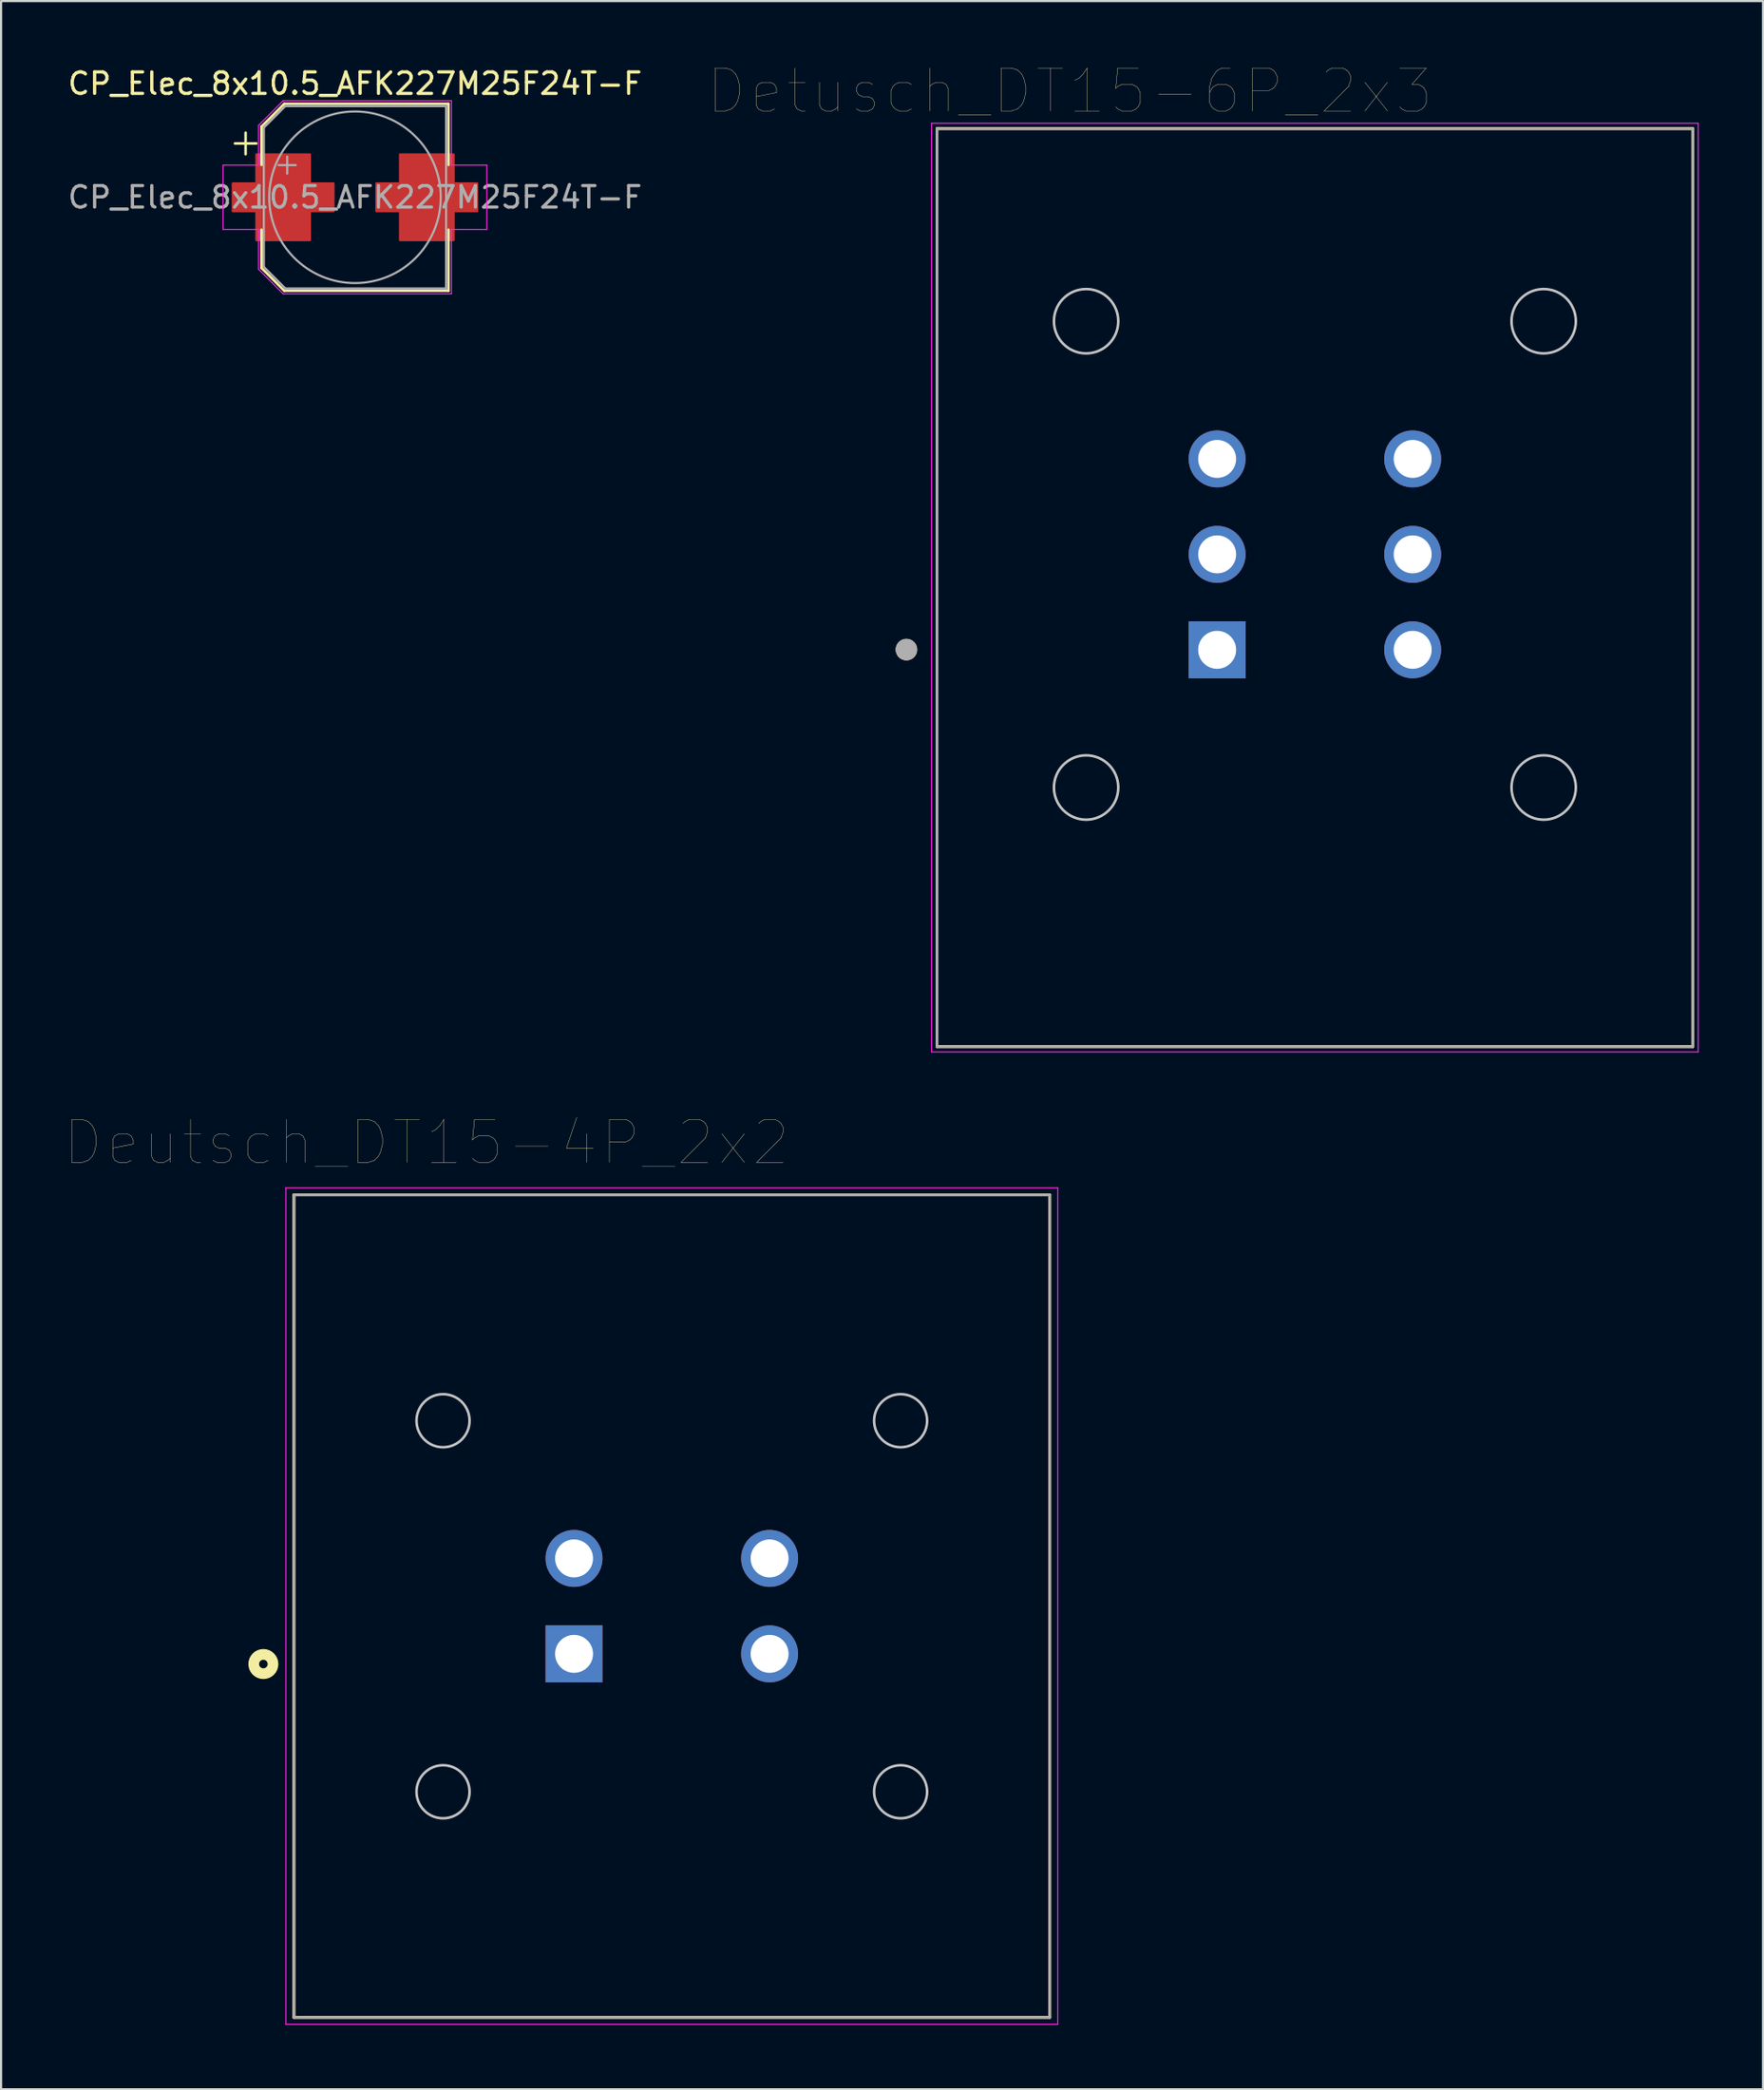
<source format=kicad_pcb>
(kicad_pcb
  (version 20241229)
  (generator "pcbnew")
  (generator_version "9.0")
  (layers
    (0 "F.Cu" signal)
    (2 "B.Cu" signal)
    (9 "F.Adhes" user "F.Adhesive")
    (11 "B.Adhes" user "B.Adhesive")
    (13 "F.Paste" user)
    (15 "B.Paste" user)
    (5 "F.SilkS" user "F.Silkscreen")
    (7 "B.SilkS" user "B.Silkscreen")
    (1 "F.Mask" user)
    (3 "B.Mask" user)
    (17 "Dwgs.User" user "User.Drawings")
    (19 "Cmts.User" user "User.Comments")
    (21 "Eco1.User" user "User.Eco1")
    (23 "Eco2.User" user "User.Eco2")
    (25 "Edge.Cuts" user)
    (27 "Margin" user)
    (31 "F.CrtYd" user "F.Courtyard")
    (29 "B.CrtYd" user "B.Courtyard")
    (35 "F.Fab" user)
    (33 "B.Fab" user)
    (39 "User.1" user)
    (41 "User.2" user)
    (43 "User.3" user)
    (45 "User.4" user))
  (footprint "CP_Elec_8x10.5_AFK227M25F24T-F"
    (layer "F.Cu")
    (at 13.506 6.148)
    (property "Reference" "CP_Elec_8x10.5_AFK227M25F24T-F" (at 0 -5.3 0) (layer "F.SilkS") (effects (font (size 1 1) (thickness 0.15))))
    (attr smd)
    (fp_line (start -5.6 -2.51) (end -4.6 -2.51) (stroke (width 0.12) (type solid)) (layer "F.SilkS"))
    (fp_line (start -5.1 -3.01) (end -5.1 -2.01) (stroke (width 0.12) (type solid)) (layer "F.SilkS"))
    (fp_line (start -4.36 -3.296) (end -4.36 -1.51) (stroke (width 0.12) (type solid)) (layer "F.SilkS"))
    (fp_line (start -4.36 -3.296) (end -3.296 -4.36) (stroke (width 0.12) (type solid)) (layer "F.SilkS"))
    (fp_line (start -4.36 3.296) (end -4.36 1.51) (stroke (width 0.12) (type solid)) (layer "F.SilkS"))
    (fp_line (start -4.36 3.296) (end -3.296 4.36) (stroke (width 0.12) (type solid)) (layer "F.SilkS"))
    (fp_line (start -3.296 -4.36) (end 4.36 -4.36) (stroke (width 0.12) (type solid)) (layer "F.SilkS"))
    (fp_line (start -3.296 4.36) (end 4.36 4.36) (stroke (width 0.12) (type solid)) (layer "F.SilkS"))
    (fp_line (start 4.36 -4.36) (end 4.36 -1.51) (stroke (width 0.12) (type solid)) (layer "F.SilkS"))
    (fp_line (start 4.36 4.36) (end 4.36 1.51) (stroke (width 0.12) (type solid)) (layer "F.SilkS"))
    (fp_line (start -6.15 -1.5) (end -6.15 1.5) (stroke (width 0.05) (type solid)) (layer "F.CrtYd"))
    (fp_line (start -6.15 1.5) (end -4.5 1.5) (stroke (width 0.05) (type solid)) (layer "F.CrtYd"))
    (fp_line (start -4.5 -3.35) (end -4.5 -1.5) (stroke (width 0.05) (type solid)) (layer "F.CrtYd"))
    (fp_line (start -4.5 -3.35) (end -3.35 -4.5) (stroke (width 0.05) (type solid)) (layer "F.CrtYd"))
    (fp_line (start -4.5 -1.5) (end -6.15 -1.5) (stroke (width 0.05) (type solid)) (layer "F.CrtYd"))
    (fp_line (start -4.5 1.5) (end -4.5 3.35) (stroke (width 0.05) (type solid)) (layer "F.CrtYd"))
    (fp_line (start -4.5 3.35) (end -3.35 4.5) (stroke (width 0.05) (type solid)) (layer "F.CrtYd"))
    (fp_line (start -3.35 -4.5) (end 4.5 -4.5) (stroke (width 0.05) (type solid)) (layer "F.CrtYd"))
    (fp_line (start -3.35 4.5) (end 4.5 4.5) (stroke (width 0.05) (type solid)) (layer "F.CrtYd"))
    (fp_line (start 4.5 -4.5) (end 4.5 -1.5) (stroke (width 0.05) (type solid)) (layer "F.CrtYd"))
    (fp_line (start 4.5 -1.5) (end 6.15 -1.5) (stroke (width 0.05) (type solid)) (layer "F.CrtYd"))
    (fp_line (start 4.5 1.5) (end 4.5 4.5) (stroke (width 0.05) (type solid)) (layer "F.CrtYd"))
    (fp_line (start 6.15 -1.5) (end 6.15 1.5) (stroke (width 0.05) (type solid)) (layer "F.CrtYd"))
    (fp_line (start 6.15 1.5) (end 4.5 1.5) (stroke (width 0.05) (type solid)) (layer "F.CrtYd"))
    (fp_line (start -4.25 -3.25) (end -4.25 3.25) (stroke (width 0.1) (type solid)) (layer "F.Fab"))
    (fp_line (start -4.25 -3.25) (end -3.25 -4.25) (stroke (width 0.1) (type solid)) (layer "F.Fab"))
    (fp_line (start -4.25 3.25) (end -3.25 4.25) (stroke (width 0.1) (type solid)) (layer "F.Fab"))
    (fp_line (start -3.562 -1.5) (end -2.762 -1.5) (stroke (width 0.1) (type solid)) (layer "F.Fab"))
    (fp_line (start -3.25 -4.25) (end 4.25 -4.25) (stroke (width 0.1) (type solid)) (layer "F.Fab"))
    (fp_line (start -3.25 4.25) (end 4.25 4.25) (stroke (width 0.1) (type solid)) (layer "F.Fab"))
    (fp_line (start -3.162 -1.9) (end -3.162 -1.1) (stroke (width 0.1) (type solid)) (layer "F.Fab"))
    (fp_line (start 4.25 -4.25) (end 4.25 4.25) (stroke (width 0.1) (type solid)) (layer "F.Fab"))
    (fp_circle (center 0 0) (end 4 0) (stroke (width 0.1) (type solid)) (fill no) (layer "F.Fab"))
    (fp_text user "${REFERENCE}" (at 0 0 0) (layer "F.Fab") (effects (font (size 1 1) (thickness 0.15))))
    (pad "1" smd custom (at -3.35 0) (size 4.7 1.3) (layers "F.Cu" "F.Mask" "F.Paste") (options (anchor rect)) (primitives (gr_poly (pts (xy 1.25 -0.65) (xy 2.35 -0.65) (xy 2.35 0.65) (xy 1.25 0.65) (xy 1.25 2) (xy -1.25 2) (xy -1.25 0.65) (xy -2.35 0.65) (xy -2.35 -0.65) (xy -1.25 -0.65) (xy -1.25 -2) (xy 1.25 -2)) (width 0.1) (fill yes))))
    (pad "2" smd custom (at 3.35 0 180) (size 4.7 1.3) (layers "F.Cu" "F.Mask" "F.Paste") (options (anchor rect)) (primitives (gr_poly (pts (xy 1.25 -0.65) (xy 2.35 -0.65) (xy 2.35 0.65) (xy 1.25 0.65) (xy 1.25 2) (xy -1.25 2) (xy -1.25 0.65) (xy -2.35 0.65) (xy -2.35 -0.65) (xy -1.25 -0.65) (xy -1.25 -2) (xy 1.25 -2)) (width 0.1) (fill yes)))))
  (footprint "Deutsch_DT15-4P_2x2"
    (layer "F.Cu")
    (at 28.283 71.832)
    (property "Reference" "Deutsch_DT15-4P_2x2" (at -11.442 -21.613 0) (layer "F.SilkS") (effects (font (size 2.002 2.002) (thickness 0.015))))
    (attr through_hole)
    (fp_line (start -17.625 -19.175) (end -17.625 19.175) (stroke (width 0.127) (type solid)) (layer "F.SilkS"))
    (fp_line (start -17.625 19.175) (end 17.625 19.175) (stroke (width 0.127) (type solid)) (layer "F.SilkS"))
    (fp_line (start 17.625 -19.175) (end -17.625 -19.175) (stroke (width 0.127) (type solid)) (layer "F.SilkS"))
    (fp_line (start 17.625 19.175) (end 17.625 -19.175) (stroke (width 0.127) (type solid)) (layer "F.SilkS"))
    (fp_circle (center -19.05 2.7) (end -18.85 2.7) (stroke (width 0.5) (type solid)) (fill no) (layer "F.SilkS"))
    (fp_circle (center -10.67 -8.645) (end -9.433 -8.645) (stroke (width 0.12) (type solid)) (fill no) (layer "Dwgs.User"))
    (fp_circle (center -10.67 8.655) (end -9.433 8.655) (stroke (width 0.12) (type solid)) (fill no) (layer "Dwgs.User"))
    (fp_circle (center 10.67 -8.645) (end 11.907 -8.645) (stroke (width 0.12) (type solid)) (fill no) (layer "Dwgs.User"))
    (fp_circle (center 10.67 8.655) (end 11.907 8.655) (stroke (width 0.12) (type solid)) (fill no) (layer "Dwgs.User"))
    (fp_line (start -18 -19.5) (end 18 -19.5) (stroke (width 0.05) (type solid)) (layer "F.CrtYd"))
    (fp_line (start -18 19.5) (end -18 -19.5) (stroke (width 0.05) (type solid)) (layer "F.CrtYd"))
    (fp_line (start 18 -19.5) (end 18 19.5) (stroke (width 0.05) (type solid)) (layer "F.CrtYd"))
    (fp_line (start 18 19.5) (end -18 19.5) (stroke (width 0.05) (type solid)) (layer "F.CrtYd"))
    (fp_line (start -17.625 -19.175) (end -17.625 19.175) (stroke (width 0.127) (type solid)) (layer "F.Fab"))
    (fp_line (start -17.625 19.175) (end 17.625 19.175) (stroke (width 0.127) (type solid)) (layer "F.Fab"))
    (fp_line (start 17.625 -19.175) (end -17.625 -19.175) (stroke (width 0.127) (type solid)) (layer "F.Fab"))
    (fp_line (start 17.625 19.175) (end 17.625 -19.175) (stroke (width 0.127) (type solid)) (layer "F.Fab"))
    (pad "1" thru_hole rect (at -4.56 2.225) (size 2.655 2.655) (drill 1.77) (layers "*.Cu" "*.Mask"))
    (pad "2" thru_hole circle (at -4.56 -2.225) (size 2.655 2.655) (drill 1.77) (layers "*.Cu" "*.Mask"))
    (pad "3" thru_hole circle (at 4.56 -2.225) (size 2.655 2.655) (drill 1.77) (layers "*.Cu" "*.Mask"))
    (pad "4" thru_hole circle (at 4.56 2.225) (size 2.655 2.655) (drill 1.77) (layers "*.Cu" "*.Mask")))
  (footprint "Detusch_DT15-6P_2x3"
    (layer "F.Cu")
    (at 58.275 22.796)
    (property "Reference" "Detusch_DT15-6P_2x3" (at -11.434 -21.599 0) (layer "F.SilkS") (effects (font (size 2.001 2.001) (thickness 0.015))))
    (attr through_hole)
    (fp_line (start -17.625 -19.85) (end -17.625 22.95) (stroke (width 0.127) (type solid)) (layer "F.SilkS"))
    (fp_line (start -17.625 22.95) (end 17.625 22.95) (stroke (width 0.127) (type solid)) (layer "F.SilkS"))
    (fp_line (start 17.625 -19.85) (end -17.625 -19.85) (stroke (width 0.127) (type solid)) (layer "F.SilkS"))
    (fp_line (start 17.625 22.95) (end 17.625 -19.85) (stroke (width 0.127) (type solid)) (layer "F.SilkS"))
    (fp_circle (center -19.05 4.44) (end -18.8 4.44) (stroke (width 0.5) (type solid)) (fill no) (layer "F.SilkS"))
    (fp_circle (center -10.67 -10.87) (end -9.17 -10.87) (stroke (width 0.12) (type solid)) (fill no) (layer "Dwgs.User"))
    (fp_circle (center -10.67 10.87) (end -9.17 10.87) (stroke (width 0.12) (type solid)) (fill no) (layer "Dwgs.User"))
    (fp_circle (center 10.67 -10.87) (end 12.17 -10.87) (stroke (width 0.12) (type solid)) (fill no) (layer "Dwgs.User"))
    (fp_circle (center 10.67 10.87) (end 12.17 10.87) (stroke (width 0.12) (type solid)) (fill no) (layer "Dwgs.User"))
    (fp_line (start -17.875 -20.1) (end 17.875 -20.1) (stroke (width 0.05) (type solid)) (layer "F.CrtYd"))
    (fp_line (start -17.875 23.2) (end -17.875 -20.1) (stroke (width 0.05) (type solid)) (layer "F.CrtYd"))
    (fp_line (start 17.875 -20.1) (end 17.875 23.2) (stroke (width 0.05) (type solid)) (layer "F.CrtYd"))
    (fp_line (start 17.875 23.2) (end -17.875 23.2) (stroke (width 0.05) (type solid)) (layer "F.CrtYd"))
    (fp_line (start -17.625 -19.85) (end -17.625 22.95) (stroke (width 0.127) (type solid)) (layer "F.Fab"))
    (fp_line (start -17.625 22.95) (end 17.625 22.95) (stroke (width 0.127) (type solid)) (layer "F.Fab"))
    (fp_line (start 17.625 -19.85) (end -17.625 -19.85) (stroke (width 0.127) (type solid)) (layer "F.Fab"))
    (fp_line (start 17.625 22.95) (end 17.625 -19.85) (stroke (width 0.127) (type solid)) (layer "F.Fab"))
    (fp_circle (center -19.05 4.44) (end -18.8 4.44) (stroke (width 0.5) (type solid)) (fill no) (layer "F.Fab"))
    (pad "1" thru_hole rect (at -4.56 4.45) (size 2.655 2.655) (drill 1.77) (layers "*.Cu" "*.Mask"))
    (pad "2" thru_hole circle (at -4.56 0) (size 2.655 2.655) (drill 1.77) (layers "*.Cu" "*.Mask"))
    (pad "3" thru_hole circle (at -4.56 -4.45) (size 2.655 2.655) (drill 1.77) (layers "*.Cu" "*.Mask"))
    (pad "4" thru_hole circle (at 4.56 -4.45) (size 2.655 2.655) (drill 1.77) (layers "*.Cu" "*.Mask"))
    (pad "5" thru_hole circle (at 4.56 0) (size 2.655 2.655) (drill 1.77) (layers "*.Cu" "*.Mask"))
    (pad "6" thru_hole circle (at 4.56 4.45) (size 2.655 2.655) (drill 1.77) (layers "*.Cu" "*.Mask")))
  (gr_rect
    (start -3 -3)
    (end 79.175 94.357)
    (stroke (width 0.1) (type default))
    (fill no)
    (layer "Edge.Cuts")))
</source>
